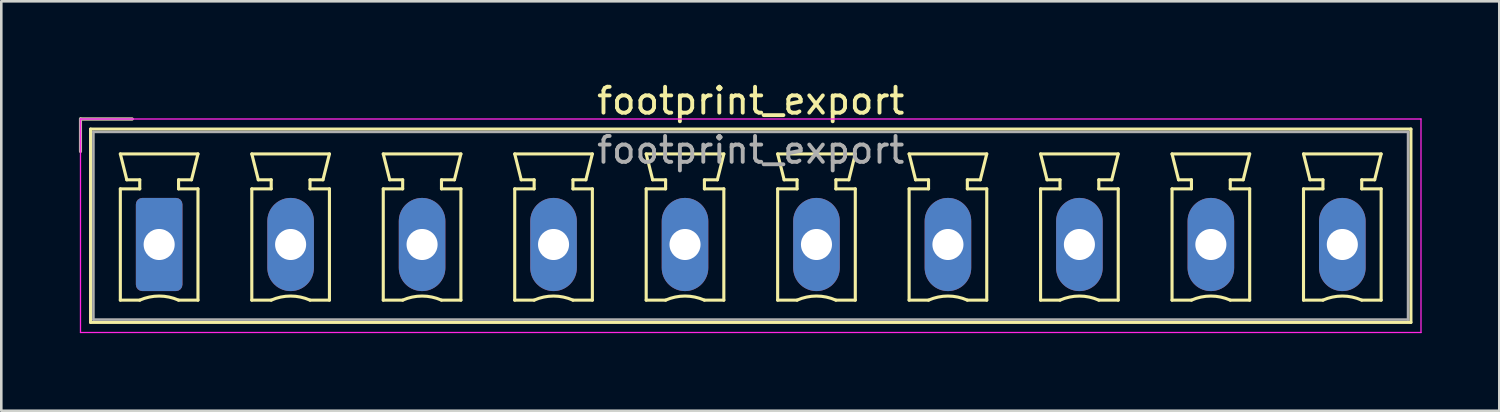
<source format=kicad_pcb>
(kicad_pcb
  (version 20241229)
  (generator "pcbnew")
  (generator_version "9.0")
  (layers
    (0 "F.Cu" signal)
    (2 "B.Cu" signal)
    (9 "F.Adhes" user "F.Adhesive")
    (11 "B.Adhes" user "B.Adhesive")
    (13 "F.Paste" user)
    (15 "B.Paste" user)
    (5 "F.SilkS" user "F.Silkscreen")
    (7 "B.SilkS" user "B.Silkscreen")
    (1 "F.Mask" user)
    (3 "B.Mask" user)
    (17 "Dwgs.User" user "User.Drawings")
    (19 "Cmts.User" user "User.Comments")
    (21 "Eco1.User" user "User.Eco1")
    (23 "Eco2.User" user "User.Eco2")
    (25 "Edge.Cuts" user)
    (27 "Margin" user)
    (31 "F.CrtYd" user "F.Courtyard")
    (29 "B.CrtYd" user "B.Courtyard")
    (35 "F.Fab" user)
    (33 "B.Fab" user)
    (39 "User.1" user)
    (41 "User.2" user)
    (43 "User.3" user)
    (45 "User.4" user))
  (footprint "footprint_export"
    (layer "F.Cu")
    (at 3.1 6.398)
    (property "Reference" "footprint_export" (at 22.86 -5.55 0) (layer "F.SilkS") (effects (font (size 1 1) (thickness 0.15))))
    (attr through_hole)
    (fp_line (start -3.04 -4.85) (end -1.04 -4.85) (stroke (width 0.12) (type solid)) (layer "F.SilkS"))
    (fp_line (start -3.04 -3.6) (end -3.04 -4.85) (stroke (width 0.12) (type solid)) (layer "F.SilkS"))
    (fp_line (start -2.65 -4.46) (end -2.65 3.01) (stroke (width 0.12) (type solid)) (layer "F.SilkS"))
    (fp_line (start -2.65 3.01) (end 48.37 3.01) (stroke (width 0.12) (type solid)) (layer "F.SilkS"))
    (fp_line (start -1.5 -3.5) (end 1.5 -3.5) (stroke (width 0.12) (type solid)) (layer "F.SilkS"))
    (fp_line (start -1.5 -2.15) (end -0.75 -2.15) (stroke (width 0.12) (type solid)) (layer "F.SilkS"))
    (fp_line (start -1.5 2.15) (end -1.5 -2.15) (stroke (width 0.12) (type solid)) (layer "F.SilkS"))
    (fp_line (start -1.25 -2.5) (end -1.5 -3.5) (stroke (width 0.12) (type solid)) (layer "F.SilkS"))
    (fp_line (start -0.75 -2.5) (end -1.25 -2.5) (stroke (width 0.12) (type solid)) (layer "F.SilkS"))
    (fp_line (start -0.75 -2.15) (end -0.75 -2.5) (stroke (width 0.12) (type solid)) (layer "F.SilkS"))
    (fp_line (start -0.75 2.15) (end -1.5 2.15) (stroke (width 0.12) (type solid)) (layer "F.SilkS"))
    (fp_line (start 0.75 -2.5) (end 0.75 -2.15) (stroke (width 0.12) (type solid)) (layer "F.SilkS"))
    (fp_line (start 0.75 -2.15) (end 1.5 -2.15) (stroke (width 0.12) (type solid)) (layer "F.SilkS"))
    (fp_line (start 1.25 -2.5) (end 0.75 -2.5) (stroke (width 0.12) (type solid)) (layer "F.SilkS"))
    (fp_line (start 1.5 -3.5) (end 1.25 -2.5) (stroke (width 0.12) (type solid)) (layer "F.SilkS"))
    (fp_line (start 1.5 -2.15) (end 1.5 2.15) (stroke (width 0.12) (type solid)) (layer "F.SilkS"))
    (fp_line (start 1.5 2.15) (end 0.75 2.15) (stroke (width 0.12) (type solid)) (layer "F.SilkS"))
    (fp_line (start 3.58 -3.5) (end 6.58 -3.5) (stroke (width 0.12) (type solid)) (layer "F.SilkS"))
    (fp_line (start 3.58 -2.15) (end 4.33 -2.15) (stroke (width 0.12) (type solid)) (layer "F.SilkS"))
    (fp_line (start 3.58 2.15) (end 3.58 -2.15) (stroke (width 0.12) (type solid)) (layer "F.SilkS"))
    (fp_line (start 3.83 -2.5) (end 3.58 -3.5) (stroke (width 0.12) (type solid)) (layer "F.SilkS"))
    (fp_line (start 4.33 -2.5) (end 3.83 -2.5) (stroke (width 0.12) (type solid)) (layer "F.SilkS"))
    (fp_line (start 4.33 -2.15) (end 4.33 -2.5) (stroke (width 0.12) (type solid)) (layer "F.SilkS"))
    (fp_line (start 4.33 2.15) (end 3.58 2.15) (stroke (width 0.12) (type solid)) (layer "F.SilkS"))
    (fp_line (start 5.83 -2.5) (end 5.83 -2.15) (stroke (width 0.12) (type solid)) (layer "F.SilkS"))
    (fp_line (start 5.83 -2.15) (end 6.58 -2.15) (stroke (width 0.12) (type solid)) (layer "F.SilkS"))
    (fp_line (start 6.33 -2.5) (end 5.83 -2.5) (stroke (width 0.12) (type solid)) (layer "F.SilkS"))
    (fp_line (start 6.58 -3.5) (end 6.33 -2.5) (stroke (width 0.12) (type solid)) (layer "F.SilkS"))
    (fp_line (start 6.58 -2.15) (end 6.58 2.15) (stroke (width 0.12) (type solid)) (layer "F.SilkS"))
    (fp_line (start 6.58 2.15) (end 5.83 2.15) (stroke (width 0.12) (type solid)) (layer "F.SilkS"))
    (fp_line (start 8.66 -3.5) (end 11.66 -3.5) (stroke (width 0.12) (type solid)) (layer "F.SilkS"))
    (fp_line (start 8.66 -2.15) (end 9.41 -2.15) (stroke (width 0.12) (type solid)) (layer "F.SilkS"))
    (fp_line (start 8.66 2.15) (end 8.66 -2.15) (stroke (width 0.12) (type solid)) (layer "F.SilkS"))
    (fp_line (start 8.91 -2.5) (end 8.66 -3.5) (stroke (width 0.12) (type solid)) (layer "F.SilkS"))
    (fp_line (start 9.41 -2.5) (end 8.91 -2.5) (stroke (width 0.12) (type solid)) (layer "F.SilkS"))
    (fp_line (start 9.41 -2.15) (end 9.41 -2.5) (stroke (width 0.12) (type solid)) (layer "F.SilkS"))
    (fp_line (start 9.41 2.15) (end 8.66 2.15) (stroke (width 0.12) (type solid)) (layer "F.SilkS"))
    (fp_line (start 10.91 -2.5) (end 10.91 -2.15) (stroke (width 0.12) (type solid)) (layer "F.SilkS"))
    (fp_line (start 10.91 -2.15) (end 11.66 -2.15) (stroke (width 0.12) (type solid)) (layer "F.SilkS"))
    (fp_line (start 11.41 -2.5) (end 10.91 -2.5) (stroke (width 0.12) (type solid)) (layer "F.SilkS"))
    (fp_line (start 11.66 -3.5) (end 11.41 -2.5) (stroke (width 0.12) (type solid)) (layer "F.SilkS"))
    (fp_line (start 11.66 -2.15) (end 11.66 2.15) (stroke (width 0.12) (type solid)) (layer "F.SilkS"))
    (fp_line (start 11.66 2.15) (end 10.91 2.15) (stroke (width 0.12) (type solid)) (layer "F.SilkS"))
    (fp_line (start 13.74 -3.5) (end 16.74 -3.5) (stroke (width 0.12) (type solid)) (layer "F.SilkS"))
    (fp_line (start 13.74 -2.15) (end 14.49 -2.15) (stroke (width 0.12) (type solid)) (layer "F.SilkS"))
    (fp_line (start 13.74 2.15) (end 13.74 -2.15) (stroke (width 0.12) (type solid)) (layer "F.SilkS"))
    (fp_line (start 13.99 -2.5) (end 13.74 -3.5) (stroke (width 0.12) (type solid)) (layer "F.SilkS"))
    (fp_line (start 14.49 -2.5) (end 13.99 -2.5) (stroke (width 0.12) (type solid)) (layer "F.SilkS"))
    (fp_line (start 14.49 -2.15) (end 14.49 -2.5) (stroke (width 0.12) (type solid)) (layer "F.SilkS"))
    (fp_line (start 14.49 2.15) (end 13.74 2.15) (stroke (width 0.12) (type solid)) (layer "F.SilkS"))
    (fp_line (start 15.99 -2.5) (end 15.99 -2.15) (stroke (width 0.12) (type solid)) (layer "F.SilkS"))
    (fp_line (start 15.99 -2.15) (end 16.74 -2.15) (stroke (width 0.12) (type solid)) (layer "F.SilkS"))
    (fp_line (start 16.49 -2.5) (end 15.99 -2.5) (stroke (width 0.12) (type solid)) (layer "F.SilkS"))
    (fp_line (start 16.74 -3.5) (end 16.49 -2.5) (stroke (width 0.12) (type solid)) (layer "F.SilkS"))
    (fp_line (start 16.74 -2.15) (end 16.74 2.15) (stroke (width 0.12) (type solid)) (layer "F.SilkS"))
    (fp_line (start 16.74 2.15) (end 15.99 2.15) (stroke (width 0.12) (type solid)) (layer "F.SilkS"))
    (fp_line (start 18.82 -3.5) (end 21.82 -3.5) (stroke (width 0.12) (type solid)) (layer "F.SilkS"))
    (fp_line (start 18.82 -2.15) (end 19.57 -2.15) (stroke (width 0.12) (type solid)) (layer "F.SilkS"))
    (fp_line (start 18.82 2.15) (end 18.82 -2.15) (stroke (width 0.12) (type solid)) (layer "F.SilkS"))
    (fp_line (start 19.07 -2.5) (end 18.82 -3.5) (stroke (width 0.12) (type solid)) (layer "F.SilkS"))
    (fp_line (start 19.57 -2.5) (end 19.07 -2.5) (stroke (width 0.12) (type solid)) (layer "F.SilkS"))
    (fp_line (start 19.57 -2.15) (end 19.57 -2.5) (stroke (width 0.12) (type solid)) (layer "F.SilkS"))
    (fp_line (start 19.57 2.15) (end 18.82 2.15) (stroke (width 0.12) (type solid)) (layer "F.SilkS"))
    (fp_line (start 21.07 -2.5) (end 21.07 -2.15) (stroke (width 0.12) (type solid)) (layer "F.SilkS"))
    (fp_line (start 21.07 -2.15) (end 21.82 -2.15) (stroke (width 0.12) (type solid)) (layer "F.SilkS"))
    (fp_line (start 21.57 -2.5) (end 21.07 -2.5) (stroke (width 0.12) (type solid)) (layer "F.SilkS"))
    (fp_line (start 21.82 -3.5) (end 21.57 -2.5) (stroke (width 0.12) (type solid)) (layer "F.SilkS"))
    (fp_line (start 21.82 -2.15) (end 21.82 2.15) (stroke (width 0.12) (type solid)) (layer "F.SilkS"))
    (fp_line (start 21.82 2.15) (end 21.07 2.15) (stroke (width 0.12) (type solid)) (layer "F.SilkS"))
    (fp_line (start 23.9 -3.5) (end 26.9 -3.5) (stroke (width 0.12) (type solid)) (layer "F.SilkS"))
    (fp_line (start 23.9 -2.15) (end 24.65 -2.15) (stroke (width 0.12) (type solid)) (layer "F.SilkS"))
    (fp_line (start 23.9 2.15) (end 23.9 -2.15) (stroke (width 0.12) (type solid)) (layer "F.SilkS"))
    (fp_line (start 24.15 -2.5) (end 23.9 -3.5) (stroke (width 0.12) (type solid)) (layer "F.SilkS"))
    (fp_line (start 24.65 -2.5) (end 24.15 -2.5) (stroke (width 0.12) (type solid)) (layer "F.SilkS"))
    (fp_line (start 24.65 -2.15) (end 24.65 -2.5) (stroke (width 0.12) (type solid)) (layer "F.SilkS"))
    (fp_line (start 24.65 2.15) (end 23.9 2.15) (stroke (width 0.12) (type solid)) (layer "F.SilkS"))
    (fp_line (start 26.15 -2.5) (end 26.15 -2.15) (stroke (width 0.12) (type solid)) (layer "F.SilkS"))
    (fp_line (start 26.15 -2.15) (end 26.9 -2.15) (stroke (width 0.12) (type solid)) (layer "F.SilkS"))
    (fp_line (start 26.65 -2.5) (end 26.15 -2.5) (stroke (width 0.12) (type solid)) (layer "F.SilkS"))
    (fp_line (start 26.9 -3.5) (end 26.65 -2.5) (stroke (width 0.12) (type solid)) (layer "F.SilkS"))
    (fp_line (start 26.9 -2.15) (end 26.9 2.15) (stroke (width 0.12) (type solid)) (layer "F.SilkS"))
    (fp_line (start 26.9 2.15) (end 26.15 2.15) (stroke (width 0.12) (type solid)) (layer "F.SilkS"))
    (fp_line (start 28.98 -3.5) (end 31.98 -3.5) (stroke (width 0.12) (type solid)) (layer "F.SilkS"))
    (fp_line (start 28.98 -2.15) (end 29.73 -2.15) (stroke (width 0.12) (type solid)) (layer "F.SilkS"))
    (fp_line (start 28.98 2.15) (end 28.98 -2.15) (stroke (width 0.12) (type solid)) (layer "F.SilkS"))
    (fp_line (start 29.23 -2.5) (end 28.98 -3.5) (stroke (width 0.12) (type solid)) (layer "F.SilkS"))
    (fp_line (start 29.73 -2.5) (end 29.23 -2.5) (stroke (width 0.12) (type solid)) (layer "F.SilkS"))
    (fp_line (start 29.73 -2.15) (end 29.73 -2.5) (stroke (width 0.12) (type solid)) (layer "F.SilkS"))
    (fp_line (start 29.73 2.15) (end 28.98 2.15) (stroke (width 0.12) (type solid)) (layer "F.SilkS"))
    (fp_line (start 31.23 -2.5) (end 31.23 -2.15) (stroke (width 0.12) (type solid)) (layer "F.SilkS"))
    (fp_line (start 31.23 -2.15) (end 31.98 -2.15) (stroke (width 0.12) (type solid)) (layer "F.SilkS"))
    (fp_line (start 31.73 -2.5) (end 31.23 -2.5) (stroke (width 0.12) (type solid)) (layer "F.SilkS"))
    (fp_line (start 31.98 -3.5) (end 31.73 -2.5) (stroke (width 0.12) (type solid)) (layer "F.SilkS"))
    (fp_line (start 31.98 -2.15) (end 31.98 2.15) (stroke (width 0.12) (type solid)) (layer "F.SilkS"))
    (fp_line (start 31.98 2.15) (end 31.23 2.15) (stroke (width 0.12) (type solid)) (layer "F.SilkS"))
    (fp_line (start 34.06 -3.5) (end 37.06 -3.5) (stroke (width 0.12) (type solid)) (layer "F.SilkS"))
    (fp_line (start 34.06 -2.15) (end 34.81 -2.15) (stroke (width 0.12) (type solid)) (layer "F.SilkS"))
    (fp_line (start 34.06 2.15) (end 34.06 -2.15) (stroke (width 0.12) (type solid)) (layer "F.SilkS"))
    (fp_line (start 34.31 -2.5) (end 34.06 -3.5) (stroke (width 0.12) (type solid)) (layer "F.SilkS"))
    (fp_line (start 34.81 -2.5) (end 34.31 -2.5) (stroke (width 0.12) (type solid)) (layer "F.SilkS"))
    (fp_line (start 34.81 -2.15) (end 34.81 -2.5) (stroke (width 0.12) (type solid)) (layer "F.SilkS"))
    (fp_line (start 34.81 2.15) (end 34.06 2.15) (stroke (width 0.12) (type solid)) (layer "F.SilkS"))
    (fp_line (start 36.31 -2.5) (end 36.31 -2.15) (stroke (width 0.12) (type solid)) (layer "F.SilkS"))
    (fp_line (start 36.31 -2.15) (end 37.06 -2.15) (stroke (width 0.12) (type solid)) (layer "F.SilkS"))
    (fp_line (start 36.81 -2.5) (end 36.31 -2.5) (stroke (width 0.12) (type solid)) (layer "F.SilkS"))
    (fp_line (start 37.06 -3.5) (end 36.81 -2.5) (stroke (width 0.12) (type solid)) (layer "F.SilkS"))
    (fp_line (start 37.06 -2.15) (end 37.06 2.15) (stroke (width 0.12) (type solid)) (layer "F.SilkS"))
    (fp_line (start 37.06 2.15) (end 36.31 2.15) (stroke (width 0.12) (type solid)) (layer "F.SilkS"))
    (fp_line (start 39.14 -3.5) (end 42.14 -3.5) (stroke (width 0.12) (type solid)) (layer "F.SilkS"))
    (fp_line (start 39.14 -2.15) (end 39.89 -2.15) (stroke (width 0.12) (type solid)) (layer "F.SilkS"))
    (fp_line (start 39.14 2.15) (end 39.14 -2.15) (stroke (width 0.12) (type solid)) (layer "F.SilkS"))
    (fp_line (start 39.39 -2.5) (end 39.14 -3.5) (stroke (width 0.12) (type solid)) (layer "F.SilkS"))
    (fp_line (start 39.89 -2.5) (end 39.39 -2.5) (stroke (width 0.12) (type solid)) (layer "F.SilkS"))
    (fp_line (start 39.89 -2.15) (end 39.89 -2.5) (stroke (width 0.12) (type solid)) (layer "F.SilkS"))
    (fp_line (start 39.89 2.15) (end 39.14 2.15) (stroke (width 0.12) (type solid)) (layer "F.SilkS"))
    (fp_line (start 41.39 -2.5) (end 41.39 -2.15) (stroke (width 0.12) (type solid)) (layer "F.SilkS"))
    (fp_line (start 41.39 -2.15) (end 42.14 -2.15) (stroke (width 0.12) (type solid)) (layer "F.SilkS"))
    (fp_line (start 41.89 -2.5) (end 41.39 -2.5) (stroke (width 0.12) (type solid)) (layer "F.SilkS"))
    (fp_line (start 42.14 -3.5) (end 41.89 -2.5) (stroke (width 0.12) (type solid)) (layer "F.SilkS"))
    (fp_line (start 42.14 -2.15) (end 42.14 2.15) (stroke (width 0.12) (type solid)) (layer "F.SilkS"))
    (fp_line (start 42.14 2.15) (end 41.39 2.15) (stroke (width 0.12) (type solid)) (layer "F.SilkS"))
    (fp_line (start 44.22 -3.5) (end 47.22 -3.5) (stroke (width 0.12) (type solid)) (layer "F.SilkS"))
    (fp_line (start 44.22 -2.15) (end 44.97 -2.15) (stroke (width 0.12) (type solid)) (layer "F.SilkS"))
    (fp_line (start 44.22 2.15) (end 44.22 -2.15) (stroke (width 0.12) (type solid)) (layer "F.SilkS"))
    (fp_line (start 44.47 -2.5) (end 44.22 -3.5) (stroke (width 0.12) (type solid)) (layer "F.SilkS"))
    (fp_line (start 44.97 -2.5) (end 44.47 -2.5) (stroke (width 0.12) (type solid)) (layer "F.SilkS"))
    (fp_line (start 44.97 -2.15) (end 44.97 -2.5) (stroke (width 0.12) (type solid)) (layer "F.SilkS"))
    (fp_line (start 44.97 2.15) (end 44.22 2.15) (stroke (width 0.12) (type solid)) (layer "F.SilkS"))
    (fp_line (start 46.47 -2.5) (end 46.47 -2.15) (stroke (width 0.12) (type solid)) (layer "F.SilkS"))
    (fp_line (start 46.47 -2.15) (end 47.22 -2.15) (stroke (width 0.12) (type solid)) (layer "F.SilkS"))
    (fp_line (start 46.97 -2.5) (end 46.47 -2.5) (stroke (width 0.12) (type solid)) (layer "F.SilkS"))
    (fp_line (start 47.22 -3.5) (end 46.97 -2.5) (stroke (width 0.12) (type solid)) (layer "F.SilkS"))
    (fp_line (start 47.22 -2.15) (end 47.22 2.15) (stroke (width 0.12) (type solid)) (layer "F.SilkS"))
    (fp_line (start 47.22 2.15) (end 46.47 2.15) (stroke (width 0.12) (type solid)) (layer "F.SilkS"))
    (fp_line (start 48.37 -4.46) (end -2.65 -4.46) (stroke (width 0.12) (type solid)) (layer "F.SilkS"))
    (fp_line (start 48.37 3.01) (end 48.37 -4.46) (stroke (width 0.12) (type solid)) (layer "F.SilkS"))
    (fp_arc (start -0.75 2.15) (mid -0.000193 1.99191) (end 0.749647 2.149844) (stroke (width 0.12) (type solid)) (layer "F.SilkS"))
    (fp_arc (start 4.33 2.15) (mid 5.079807 1.99191) (end 5.829647 2.149844) (stroke (width 0.12) (type solid)) (layer "F.SilkS"))
    (fp_arc (start 9.41 2.15) (mid 10.159807 1.99191) (end 10.909647 2.149844) (stroke (width 0.12) (type solid)) (layer "F.SilkS"))
    (fp_arc (start 14.49 2.15) (mid 15.239807 1.99191) (end 15.989647 2.149844) (stroke (width 0.12) (type solid)) (layer "F.SilkS"))
    (fp_arc (start 19.57 2.15) (mid 20.319807 1.99191) (end 21.069647 2.149844) (stroke (width 0.12) (type solid)) (layer "F.SilkS"))
    (fp_arc (start 24.65 2.15) (mid 25.399807 1.99191) (end 26.149647 2.149844) (stroke (width 0.12) (type solid)) (layer "F.SilkS"))
    (fp_arc (start 29.73 2.15) (mid 30.479807 1.99191) (end 31.229647 2.149844) (stroke (width 0.12) (type solid)) (layer "F.SilkS"))
    (fp_arc (start 34.81 2.15) (mid 35.559807 1.99191) (end 36.309647 2.149844) (stroke (width 0.12) (type solid)) (layer "F.SilkS"))
    (fp_arc (start 39.89 2.15) (mid 40.639807 1.99191) (end 41.389647 2.149844) (stroke (width 0.12) (type solid)) (layer "F.SilkS"))
    (fp_arc (start 44.97 2.15) (mid 45.719807 1.99191) (end 46.469647 2.149844) (stroke (width 0.12) (type solid)) (layer "F.SilkS"))
    (fp_line (start -3.04 -4.85) (end -3.04 3.4) (stroke (width 0.05) (type solid)) (layer "F.CrtYd"))
    (fp_line (start -3.04 3.4) (end 48.76 3.4) (stroke (width 0.05) (type solid)) (layer "F.CrtYd"))
    (fp_line (start 48.76 -4.85) (end -3.04 -4.85) (stroke (width 0.05) (type solid)) (layer "F.CrtYd"))
    (fp_line (start 48.76 3.4) (end 48.76 -4.85) (stroke (width 0.05) (type solid)) (layer "F.CrtYd"))
    (fp_line (start -3.04 -4.85) (end -1.04 -4.85) (stroke (width 0.1) (type solid)) (layer "F.Fab"))
    (fp_line (start -3.04 -3.6) (end -3.04 -4.85) (stroke (width 0.1) (type solid)) (layer "F.Fab"))
    (fp_line (start -2.54 -4.35) (end -2.54 2.9) (stroke (width 0.1) (type solid)) (layer "F.Fab"))
    (fp_line (start -2.54 2.9) (end 48.26 2.9) (stroke (width 0.1) (type solid)) (layer "F.Fab"))
    (fp_line (start 48.26 -4.35) (end -2.54 -4.35) (stroke (width 0.1) (type solid)) (layer "F.Fab"))
    (fp_line (start 48.26 2.9) (end 48.26 -4.35) (stroke (width 0.1) (type solid)) (layer "F.Fab"))
    (fp_text user "${REFERENCE}" (at 22.86 -3.65 0) (layer "F.Fab") (effects (font (size 1 1) (thickness 0.15))))
    (pad "1" thru_hole roundrect (at 0 0) (size 1.8 3.6) (drill 1.2) (layers "*.Cu" "*.Mask") (roundrect_rratio 0.139))
    (pad "2" thru_hole oval (at 5.08 0) (size 1.8 3.6) (drill 1.2) (layers "*.Cu" "*.Mask"))
    (pad "3" thru_hole oval (at 10.16 0) (size 1.8 3.6) (drill 1.2) (layers "*.Cu" "*.Mask"))
    (pad "4" thru_hole oval (at 15.24 0) (size 1.8 3.6) (drill 1.2) (layers "*.Cu" "*.Mask"))
    (pad "5" thru_hole oval (at 20.32 0) (size 1.8 3.6) (drill 1.2) (layers "*.Cu" "*.Mask"))
    (pad "6" thru_hole oval (at 25.4 0) (size 1.8 3.6) (drill 1.2) (layers "*.Cu" "*.Mask"))
    (pad "7" thru_hole oval (at 30.48 0) (size 1.8 3.6) (drill 1.2) (layers "*.Cu" "*.Mask"))
    (pad "8" thru_hole oval (at 35.56 0) (size 1.8 3.6) (drill 1.2) (layers "*.Cu" "*.Mask"))
    (pad "9" thru_hole oval (at 40.64 0) (size 1.8 3.6) (drill 1.2) (layers "*.Cu" "*.Mask"))
    (pad "10" thru_hole oval (at 45.72 0) (size 1.8 3.6) (drill 1.2) (layers "*.Cu" "*.Mask")))
  (gr_rect
    (start -3 -3)
    (end 54.885 12.823)
    (stroke (width 0.1) (type default))
    (fill no)
    (layer "Edge.Cuts")))
</source>
